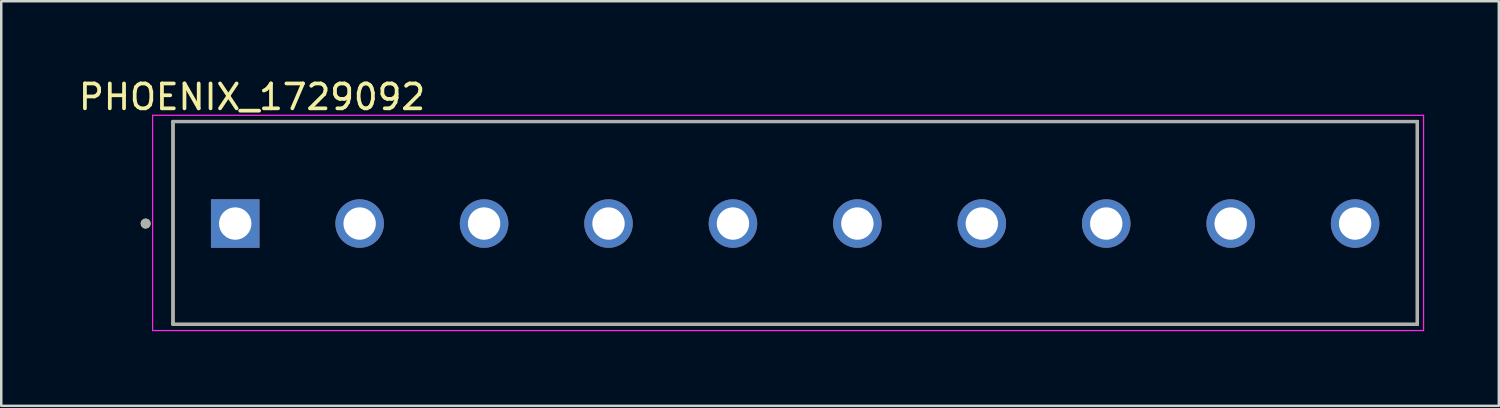
<source format=kicad_pcb>
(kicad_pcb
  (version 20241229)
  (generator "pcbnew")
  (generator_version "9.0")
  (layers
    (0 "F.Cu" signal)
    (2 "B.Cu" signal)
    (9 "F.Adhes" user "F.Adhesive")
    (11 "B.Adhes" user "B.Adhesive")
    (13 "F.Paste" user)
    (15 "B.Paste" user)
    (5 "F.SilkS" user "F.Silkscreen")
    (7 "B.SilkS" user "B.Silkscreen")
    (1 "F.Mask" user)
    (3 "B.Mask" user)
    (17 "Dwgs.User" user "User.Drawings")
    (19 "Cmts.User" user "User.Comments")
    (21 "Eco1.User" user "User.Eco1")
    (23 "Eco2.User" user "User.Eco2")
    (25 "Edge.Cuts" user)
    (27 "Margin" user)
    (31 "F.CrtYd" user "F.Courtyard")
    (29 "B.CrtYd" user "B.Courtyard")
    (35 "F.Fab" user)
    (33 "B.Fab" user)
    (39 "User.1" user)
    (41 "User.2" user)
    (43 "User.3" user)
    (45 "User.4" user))
  (footprint "PHOENIX_1729092"
    (layer "F.Cu")
    (at 3.902 9.983)
    (property "Reference" "PHOENIX_1729092" (at 3.175 -9.135 0) (layer "F.SilkS") (effects (font (size 1 1) (thickness 0.15))))
    (attr through_hole)
    (fp_line (start 0 -8.15) (end 0 0) (stroke (width 0.127) (type solid)) (layer "F.SilkS"))
    (fp_line (start 0 0) (end 50 0) (stroke (width 0.127) (type solid)) (layer "F.SilkS"))
    (fp_line (start 50 -8.15) (end 0 -8.15) (stroke (width 0.127) (type solid)) (layer "F.SilkS"))
    (fp_line (start 50 0) (end 50 -8.15) (stroke (width 0.127) (type solid)) (layer "F.SilkS"))
    (fp_circle (center -1.1 -4.05) (end -1 -4.05) (stroke (width 0.2) (type solid)) (fill no) (layer "F.SilkS"))
    (fp_line (start -0.82 -8.4) (end -0.82 0.25) (stroke (width 0.05) (type solid)) (layer "F.CrtYd"))
    (fp_line (start -0.82 0.25) (end 50.25 0.25) (stroke (width 0.05) (type solid)) (layer "F.CrtYd"))
    (fp_line (start 50.25 -8.4) (end -0.82 -8.4) (stroke (width 0.05) (type solid)) (layer "F.CrtYd"))
    (fp_line (start 50.25 0.25) (end 50.25 -8.4) (stroke (width 0.05) (type solid)) (layer "F.CrtYd"))
    (fp_line (start 0 -8.15) (end 0 0) (stroke (width 0.127) (type solid)) (layer "F.Fab"))
    (fp_line (start 0 0) (end 50 0) (stroke (width 0.127) (type solid)) (layer "F.Fab"))
    (fp_line (start 50 -8.15) (end 0 -8.15) (stroke (width 0.127) (type solid)) (layer "F.Fab"))
    (fp_line (start 50 0) (end 50 -8.15) (stroke (width 0.127) (type solid)) (layer "F.Fab"))
    (fp_circle (center -1.1 -4.05) (end -1 -4.05) (stroke (width 0.2) (type solid)) (fill no) (layer "F.Fab"))
    (pad "1" thru_hole rect (at 2.5 -4.05) (size 1.95 1.95) (drill 1.3) (layers "*.Cu" "*.Mask"))
    (pad "2" thru_hole circle (at 7.5 -4.05) (size 1.95 1.95) (drill 1.3) (layers "*.Cu" "*.Mask"))
    (pad "3" thru_hole circle (at 12.5 -4.05) (size 1.95 1.95) (drill 1.3) (layers "*.Cu" "*.Mask"))
    (pad "4" thru_hole circle (at 17.5 -4.05) (size 1.95 1.95) (drill 1.3) (layers "*.Cu" "*.Mask"))
    (pad "5" thru_hole circle (at 22.5 -4.05) (size 1.95 1.95) (drill 1.3) (layers "*.Cu" "*.Mask"))
    (pad "6" thru_hole circle (at 27.5 -4.05) (size 1.95 1.95) (drill 1.3) (layers "*.Cu" "*.Mask"))
    (pad "7" thru_hole circle (at 32.5 -4.05) (size 1.95 1.95) (drill 1.3) (layers "*.Cu" "*.Mask"))
    (pad "8" thru_hole circle (at 37.5 -4.05) (size 1.95 1.95) (drill 1.3) (layers "*.Cu" "*.Mask"))
    (pad "9" thru_hole circle (at 42.5 -4.05) (size 1.95 1.95) (drill 1.3) (layers "*.Cu" "*.Mask"))
    (pad "10" thru_hole circle (at 47.5 -4.05) (size 1.95 1.95) (drill 1.3) (layers "*.Cu" "*.Mask")))
  (gr_rect
    (start -3 -3)
    (end 57.177 13.258)
    (stroke (width 0.1) (type default))
    (fill no)
    (layer "Edge.Cuts")))
</source>
